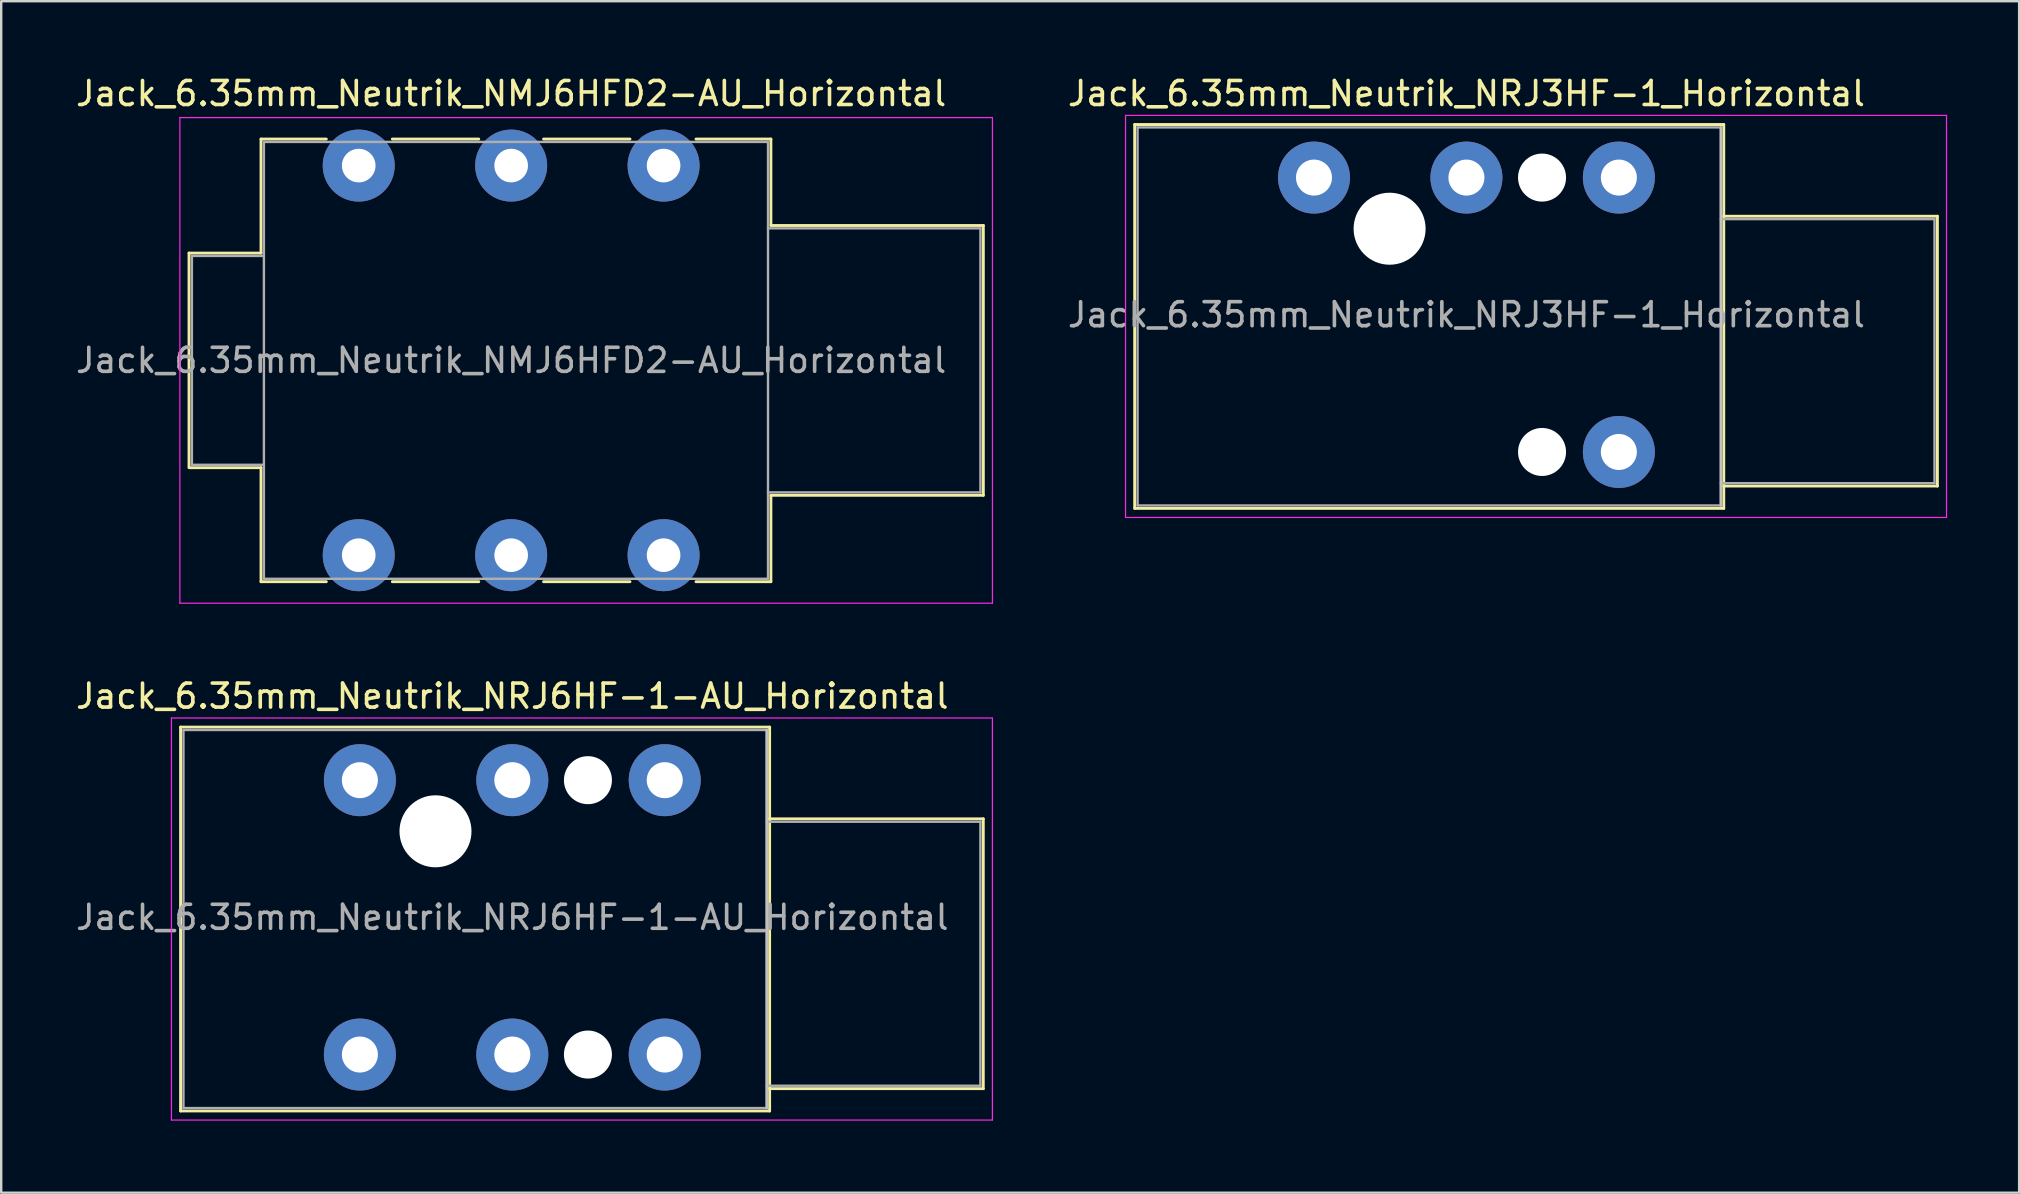
<source format=kicad_pcb>
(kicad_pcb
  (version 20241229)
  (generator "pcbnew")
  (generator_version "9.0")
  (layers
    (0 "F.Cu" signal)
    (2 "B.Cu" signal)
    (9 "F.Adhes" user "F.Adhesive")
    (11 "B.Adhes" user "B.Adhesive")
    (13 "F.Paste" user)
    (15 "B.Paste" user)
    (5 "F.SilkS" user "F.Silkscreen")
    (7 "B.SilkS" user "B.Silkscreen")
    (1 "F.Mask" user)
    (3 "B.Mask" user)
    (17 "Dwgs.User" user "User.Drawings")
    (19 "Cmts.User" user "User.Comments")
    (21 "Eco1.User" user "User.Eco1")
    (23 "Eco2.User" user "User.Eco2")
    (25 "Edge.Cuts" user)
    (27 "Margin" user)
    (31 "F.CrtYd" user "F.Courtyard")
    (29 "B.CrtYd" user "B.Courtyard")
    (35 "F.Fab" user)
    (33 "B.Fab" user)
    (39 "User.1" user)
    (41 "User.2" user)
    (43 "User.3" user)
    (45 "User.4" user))
  (footprint "Jack_6.35mm_Neutrik_NRJ3HF-1_Horizontal"
    (layer "F.Cu")
    (at 51.689 4.348)
    (property "Reference" "Jack_6.35mm_Neutrik_NRJ3HF-1_Horizontal" (at 6.35 -3.5 0) (layer "F.SilkS") (effects (font (size 1 1) (thickness 0.15))))
    (attr through_hole)
    (fp_line (start -7.47 -2.21) (end 17.07 -2.21) (stroke (width 0.12) (type solid)) (layer "F.SilkS"))
    (fp_line (start -7.47 13.78) (end -7.47 -2.21) (stroke (width 0.12) (type solid)) (layer "F.SilkS"))
    (fp_line (start -7.47 13.78) (end 17.07 13.78) (stroke (width 0.12) (type solid)) (layer "F.SilkS"))
    (fp_line (start 17.07 -2.21) (end 17.07 13.78) (stroke (width 0.12) (type solid)) (layer "F.SilkS"))
    (fp_line (start 25.97 1.61) (end 17.07 1.61) (stroke (width 0.12) (type solid)) (layer "F.SilkS"))
    (fp_line (start 25.97 12.85) (end 17.07 12.85) (stroke (width 0.12) (type solid)) (layer "F.SilkS"))
    (fp_line (start 25.97 12.85) (end 25.97 1.61) (stroke (width 0.12) (type solid)) (layer "F.SilkS"))
    (fp_line (start 16.95 -2.09) (end 16.95 13.66) (stroke (width 0.1) (type solid)) (layer "Dwgs.User"))
    (fp_line (start -7.85 14.16) (end -7.85 -2.59) (stroke (width 0.05) (type solid)) (layer "F.CrtYd"))
    (fp_line (start -7.85 14.16) (end 26.35 14.16) (stroke (width 0.05) (type solid)) (layer "F.CrtYd"))
    (fp_line (start 26.35 -2.59) (end -7.85 -2.59) (stroke (width 0.05) (type solid)) (layer "F.CrtYd"))
    (fp_line (start 26.35 14.16) (end 26.35 -2.59) (stroke (width 0.05) (type solid)) (layer "F.CrtYd"))
    (fp_line (start -7.35 -2.09) (end 16.95 -2.09) (stroke (width 0.1) (type solid)) (layer "F.Fab"))
    (fp_line (start -7.35 13.66) (end -7.35 -2.09) (stroke (width 0.1) (type solid)) (layer "F.Fab"))
    (fp_line (start 16.95 -2.09) (end 16.95 13.66) (stroke (width 0.1) (type solid)) (layer "F.Fab"))
    (fp_line (start 16.95 12.73) (end 25.85 12.73) (stroke (width 0.1) (type solid)) (layer "F.Fab"))
    (fp_line (start 16.95 13.66) (end -7.35 13.66) (stroke (width 0.1) (type solid)) (layer "F.Fab"))
    (fp_line (start 25.85 1.73) (end 16.95 1.73) (stroke (width 0.1) (type solid)) (layer "F.Fab"))
    (fp_line (start 25.85 12.73) (end 25.85 1.73) (stroke (width 0.1) (type solid)) (layer "F.Fab"))
    (fp_text user "${REFERENCE}" (at 6.35 5.715 0) (layer "F.Fab") (effects (font (size 1 1) (thickness 0.15))))
    (pad "" np_thru_hole circle (at 3.15 2.13) (size 3 3) (drill 3) (layers "*.Cu" "*.Mask"))
    (pad "" np_thru_hole circle (at 9.5 0) (size 2 2) (drill 2) (layers "*.Cu" "*.Mask"))
    (pad "" np_thru_hole circle (at 9.5 11.43) (size 2 2) (drill 2) (layers "*.Cu" "*.Mask"))
    (pad "G" thru_hole circle (at 12.7 11.43) (size 3 3) (drill 1.5) (layers "*.Cu" "*.Mask"))
    (pad "R" thru_hole circle (at 6.35 0) (size 3 3) (drill 1.5) (layers "*.Cu" "*.Mask"))
    (pad "S" thru_hole circle (at 12.7 0) (size 3 3) (drill 1.5) (layers "*.Cu" "*.Mask"))
    (pad "T" thru_hole circle (at 0 0) (size 3 3) (drill 1.5) (layers "*.Cu" "*.Mask")))
  (footprint "Jack_6.35mm_Neutrik_NRJ6HF-1-AU_Horizontal"
    (layer "F.Cu")
    (at 11.942 29.451)
    (property "Reference" "Jack_6.35mm_Neutrik_NRJ6HF-1-AU_Horizontal" (at 6.35 -3.5 0) (layer "F.SilkS") (effects (font (size 1 1) (thickness 0.15))))
    (attr through_hole)
    (fp_line (start -7.47 -2.21) (end 17.07 -2.21) (stroke (width 0.12) (type solid)) (layer "F.SilkS"))
    (fp_line (start -7.47 13.78) (end -7.47 -2.21) (stroke (width 0.12) (type solid)) (layer "F.SilkS"))
    (fp_line (start -7.47 13.78) (end 17.07 13.78) (stroke (width 0.12) (type solid)) (layer "F.SilkS"))
    (fp_line (start 17.07 -2.21) (end 17.07 13.78) (stroke (width 0.12) (type solid)) (layer "F.SilkS"))
    (fp_line (start 25.97 1.61) (end 17.07 1.61) (stroke (width 0.12) (type solid)) (layer "F.SilkS"))
    (fp_line (start 25.97 12.85) (end 17.07 12.85) (stroke (width 0.12) (type solid)) (layer "F.SilkS"))
    (fp_line (start 25.97 12.85) (end 25.97 1.61) (stroke (width 0.12) (type solid)) (layer "F.SilkS"))
    (fp_line (start 16.95 -2.09) (end 16.95 13.66) (stroke (width 0.1) (type solid)) (layer "Dwgs.User"))
    (fp_line (start -7.85 14.16) (end -7.85 -2.59) (stroke (width 0.05) (type solid)) (layer "F.CrtYd"))
    (fp_line (start -7.85 14.16) (end 26.35 14.16) (stroke (width 0.05) (type solid)) (layer "F.CrtYd"))
    (fp_line (start 26.35 -2.59) (end -7.85 -2.59) (stroke (width 0.05) (type solid)) (layer "F.CrtYd"))
    (fp_line (start 26.35 14.16) (end 26.35 -2.59) (stroke (width 0.05) (type solid)) (layer "F.CrtYd"))
    (fp_line (start -7.35 -2.09) (end 16.95 -2.09) (stroke (width 0.1) (type solid)) (layer "F.Fab"))
    (fp_line (start -7.35 13.66) (end -7.35 -2.09) (stroke (width 0.1) (type solid)) (layer "F.Fab"))
    (fp_line (start 16.95 -2.09) (end 16.95 13.66) (stroke (width 0.1) (type solid)) (layer "F.Fab"))
    (fp_line (start 16.95 12.73) (end 25.85 12.73) (stroke (width 0.1) (type solid)) (layer "F.Fab"))
    (fp_line (start 16.95 13.66) (end -7.35 13.66) (stroke (width 0.1) (type solid)) (layer "F.Fab"))
    (fp_line (start 25.85 1.73) (end 16.95 1.73) (stroke (width 0.1) (type solid)) (layer "F.Fab"))
    (fp_line (start 25.85 12.73) (end 25.85 1.73) (stroke (width 0.1) (type solid)) (layer "F.Fab"))
    (fp_text user "${REFERENCE}" (at 6.35 5.715 0) (layer "F.Fab") (effects (font (size 1 1) (thickness 0.15))))
    (pad "" np_thru_hole circle (at 3.15 2.13) (size 3 3) (drill 3) (layers "*.Cu" "*.Mask"))
    (pad "" np_thru_hole circle (at 9.5 0) (size 2 2) (drill 2) (layers "*.Cu" "*.Mask"))
    (pad "" np_thru_hole circle (at 9.5 11.43) (size 2 2) (drill 2) (layers "*.Cu" "*.Mask"))
    (pad "G" thru_hole circle (at 12.7 11.43) (size 3 3) (drill 1.5) (layers "*.Cu" "*.Mask"))
    (pad "R" thru_hole circle (at 6.35 0) (size 3 3) (drill 1.5) (layers "*.Cu" "*.Mask"))
    (pad "RN" thru_hole circle (at 6.35 11.43) (size 3 3) (drill 1.5) (layers "*.Cu" "*.Mask"))
    (pad "S" thru_hole circle (at 12.7 0) (size 3 3) (drill 1.5) (layers "*.Cu" "*.Mask"))
    (pad "T" thru_hole circle (at 0 0) (size 3 3) (drill 1.5) (layers "*.Cu" "*.Mask"))
    (pad "TN" thru_hole circle (at 0 11.43) (size 3 3) (drill 1.5) (layers "*.Cu" "*.Mask")))
  (footprint "Jack_6.35mm_Neutrik_NMJ6HFD2-AU_Horizontal"
    (layer "F.Cu")
    (at 11.894 3.848)
    (property "Reference" "Jack_6.35mm_Neutrik_NMJ6HFD2-AU_Horizontal" (at 6.35 -3 0) (layer "F.SilkS") (effects (font (size 1 1) (thickness 0.15))))
    (attr through_hole)
    (fp_line (start -7.07 3.645) (end -4.07 3.645) (stroke (width 0.12) (type solid)) (layer "F.SilkS"))
    (fp_line (start -7.07 12.545) (end -7.07 3.645) (stroke (width 0.12) (type solid)) (layer "F.SilkS"))
    (fp_line (start -7.07 12.585) (end -4.07 12.585) (stroke (width 0.12) (type solid)) (layer "F.SilkS"))
    (fp_line (start -4.07 -1.105) (end -1.35 -1.105) (stroke (width 0.12) (type solid)) (layer "F.SilkS"))
    (fp_line (start -4.07 3.645) (end -4.07 -1.105) (stroke (width 0.12) (type solid)) (layer "F.SilkS"))
    (fp_line (start -4.07 17.335) (end -4.07 12.585) (stroke (width 0.12) (type solid)) (layer "F.SilkS"))
    (fp_line (start -1.35 17.335) (end -4.07 17.335) (stroke (width 0.12) (type solid)) (layer "F.SilkS"))
    (fp_line (start 1.4 -1.105) (end 5 -1.105) (stroke (width 0.12) (type solid)) (layer "F.SilkS"))
    (fp_line (start 5 17.335) (end 1.4 17.335) (stroke (width 0.12) (type solid)) (layer "F.SilkS"))
    (fp_line (start 7.7 -1.105) (end 11.3 -1.105) (stroke (width 0.12) (type solid)) (layer "F.SilkS"))
    (fp_line (start 11.3 17.335) (end 7.7 17.335) (stroke (width 0.12) (type solid)) (layer "F.SilkS"))
    (fp_line (start 17.17 -1.105) (end 14.05 -1.105) (stroke (width 0.12) (type solid)) (layer "F.SilkS"))
    (fp_line (start 17.17 2.495) (end 17.17 -1.105) (stroke (width 0.12) (type solid)) (layer "F.SilkS"))
    (fp_line (start 17.17 2.495) (end 26.02 2.495) (stroke (width 0.12) (type solid)) (layer "F.SilkS"))
    (fp_line (start 17.17 13.735) (end 26.02 13.735) (stroke (width 0.12) (type solid)) (layer "F.SilkS"))
    (fp_line (start 17.17 17.335) (end 14.05 17.335) (stroke (width 0.12) (type solid)) (layer "F.SilkS"))
    (fp_line (start 17.17 17.335) (end 17.17 13.735) (stroke (width 0.12) (type solid)) (layer "F.SilkS"))
    (fp_line (start 26.02 13.735) (end 26.02 2.495) (stroke (width 0.12) (type solid)) (layer "F.SilkS"))
    (fp_line (start -7.45 18.23) (end -7.45 -2) (stroke (width 0.05) (type solid)) (layer "F.CrtYd"))
    (fp_line (start -7.45 18.23) (end 26.4 18.23) (stroke (width 0.05) (type solid)) (layer "F.CrtYd"))
    (fp_line (start 26.4 -2) (end -7.45 -2) (stroke (width 0.05) (type solid)) (layer "F.CrtYd"))
    (fp_line (start 26.4 18.23) (end 26.4 -2) (stroke (width 0.05) (type solid)) (layer "F.CrtYd"))
    (fp_line (start -6.95 3.765) (end -3.95 3.765) (stroke (width 0.1) (type solid)) (layer "F.Fab"))
    (fp_line (start -6.95 12.465) (end -6.95 3.765) (stroke (width 0.1) (type solid)) (layer "F.Fab"))
    (fp_line (start -6.95 12.465) (end -3.95 12.465) (stroke (width 0.1) (type solid)) (layer "F.Fab"))
    (fp_line (start -3.95 17.215) (end -3.95 -0.985) (stroke (width 0.1) (type solid)) (layer "F.Fab"))
    (fp_line (start 17.05 -0.985) (end -3.95 -0.985) (stroke (width 0.1) (type solid)) (layer "F.Fab"))
    (fp_line (start 17.05 17.215) (end -3.95 17.215) (stroke (width 0.1) (type solid)) (layer "F.Fab"))
    (fp_line (start 17.05 17.215) (end 17.05 -0.985) (stroke (width 0.1) (type solid)) (layer "F.Fab"))
    (fp_line (start 25.9 2.615) (end 17.05 2.615) (stroke (width 0.1) (type solid)) (layer "F.Fab"))
    (fp_line (start 25.9 13.615) (end 17.05 13.615) (stroke (width 0.1) (type solid)) (layer "F.Fab"))
    (fp_line (start 25.9 13.615) (end 25.9 2.615) (stroke (width 0.1) (type solid)) (layer "F.Fab"))
    (fp_text user "${REFERENCE}" (at 6.35 8.115 0) (layer "F.Fab") (effects (font (size 1 1) (thickness 0.15))))
    (pad "R" thru_hole circle (at 6.35 0) (size 3 3) (drill 1.4) (layers "*.Cu" "*.Mask"))
    (pad "RN" thru_hole circle (at 6.35 16.23) (size 3 3) (drill 1.4) (layers "*.Cu" "*.Mask"))
    (pad "S" thru_hole circle (at 12.7 0) (size 3 3) (drill 1.4) (layers "*.Cu" "*.Mask"))
    (pad "SN" thru_hole circle (at 12.7 16.23) (size 3 3) (drill 1.4) (layers "*.Cu" "*.Mask"))
    (pad "T" thru_hole circle (at 0 0) (size 3 3) (drill 1.4) (layers "*.Cu" "*.Mask"))
    (pad "TN" thru_hole circle (at 0 16.23) (size 3 3) (drill 1.4) (layers "*.Cu" "*.Mask")))
  (gr_rect
    (start -3 -3)
    (end 81.064 46.636)
    (stroke (width 0.1) (type default))
    (fill no)
    (layer "Edge.Cuts")))
</source>
